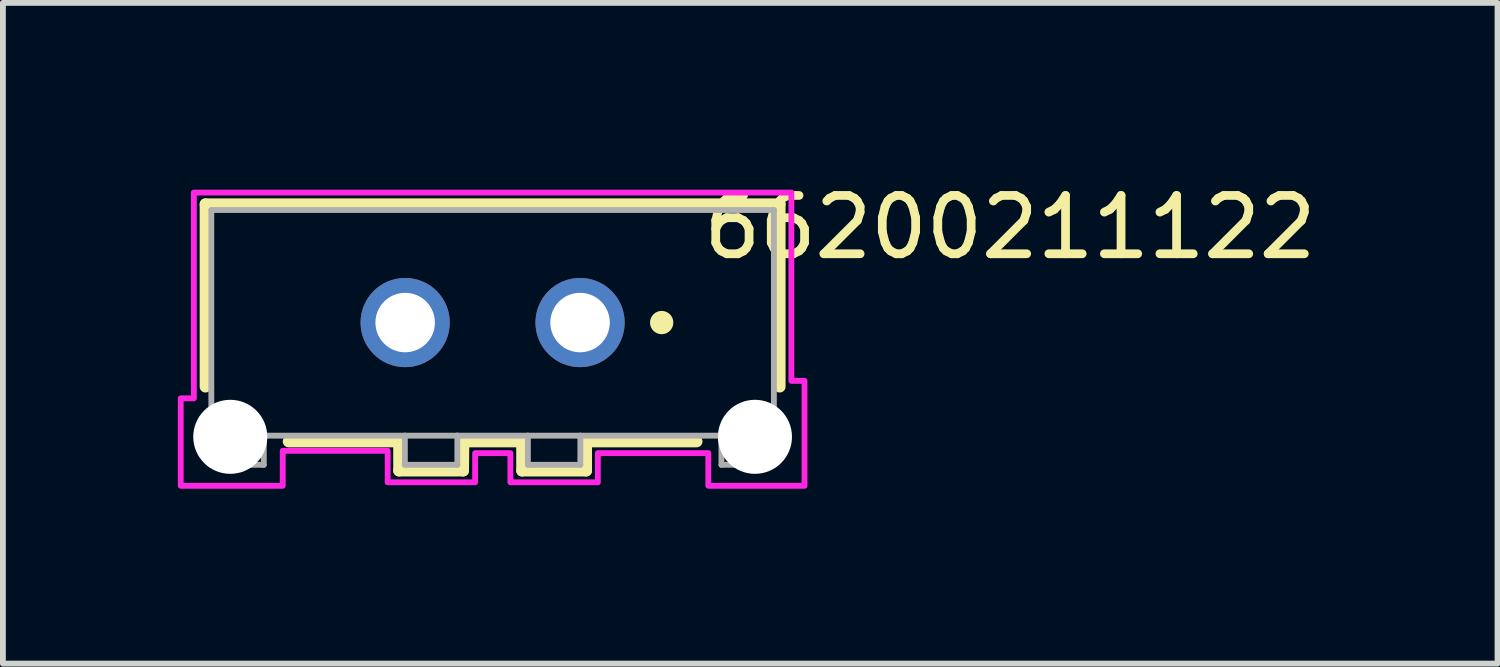
<source format=kicad_pcb>
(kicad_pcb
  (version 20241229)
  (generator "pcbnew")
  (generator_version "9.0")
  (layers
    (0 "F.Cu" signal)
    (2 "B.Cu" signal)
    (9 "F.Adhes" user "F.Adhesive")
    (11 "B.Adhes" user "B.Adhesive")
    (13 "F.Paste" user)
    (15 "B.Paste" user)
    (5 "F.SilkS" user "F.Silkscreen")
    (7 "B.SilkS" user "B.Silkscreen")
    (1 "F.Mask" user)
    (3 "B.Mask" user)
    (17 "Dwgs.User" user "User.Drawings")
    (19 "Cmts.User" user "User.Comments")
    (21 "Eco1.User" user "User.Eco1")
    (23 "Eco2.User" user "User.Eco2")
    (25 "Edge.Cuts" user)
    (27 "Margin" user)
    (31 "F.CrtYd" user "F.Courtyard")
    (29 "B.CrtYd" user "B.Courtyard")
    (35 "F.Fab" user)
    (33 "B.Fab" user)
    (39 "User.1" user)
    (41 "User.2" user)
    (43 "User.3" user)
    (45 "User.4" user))
  (footprint "66200211122"
    (layer "F.Cu")
    (at 5.4 2.483)
    (property "Reference" "66200211122" (at 8.875 -1.635 0) (layer "F.SilkS") (effects (font (size 1 1) (thickness 0.15))))
    (attr through_hole)
    (fp_line (start -4.925 -2.03) (end 4.925 -2.03) (stroke (width 0.2) (type solid)) (layer "F.SilkS"))
    (fp_line (start -4.925 1.1) (end -4.925 -2.03) (stroke (width 0.2) (type solid)) (layer "F.SilkS"))
    (fp_line (start -3.5 2.04) (end -1.605 2.04) (stroke (width 0.2) (type solid)) (layer "F.SilkS"))
    (fp_line (start -1.605 2.04) (end -1.605 2.54) (stroke (width 0.2) (type solid)) (layer "F.SilkS"))
    (fp_line (start -1.605 2.54) (end -0.505 2.54) (stroke (width 0.2) (type solid)) (layer "F.SilkS"))
    (fp_line (start -0.505 2.54) (end -0.5 2.04) (stroke (width 0.2) (type solid)) (layer "F.SilkS"))
    (fp_line (start -0.5 2.04) (end 0.505 2.04) (stroke (width 0.2) (type solid)) (layer "F.SilkS"))
    (fp_line (start 0.505 2.04) (end 0.505 2.54) (stroke (width 0.2) (type solid)) (layer "F.SilkS"))
    (fp_line (start 0.505 2.54) (end 1.605 2.54) (stroke (width 0.2) (type solid)) (layer "F.SilkS"))
    (fp_line (start 1.605 2.04) (end 3.5 2.04) (stroke (width 0.2) (type solid)) (layer "F.SilkS"))
    (fp_line (start 1.605 2.54) (end 1.605 2.04) (stroke (width 0.2) (type solid)) (layer "F.SilkS"))
    (fp_line (start 4.925 -2.03) (end 4.925 1.1) (stroke (width 0.2) (type solid)) (layer "F.SilkS"))
    (fp_circle (center 2.9 0) (end 3 0) (stroke (width 0.2) (type solid)) (fill no) (layer "F.SilkS"))
    (fp_poly (pts (xy -5.125 -2.23) (xy 5.125 -2.23) (xy 5.125 1) (xy 5.35 1) (xy 5.35 2.8) (xy 3.7 2.8) (xy 3.7 2.24) (xy 1.805 2.24) (xy 1.805 2.74) (xy 0.305 2.74) (xy 0.305 2.24) (xy -0.3 2.24) (xy -0.3 2.74) (xy -1.8 2.74) (xy -1.8 2.2) (xy -3.6 2.2) (xy -3.6 2.8) (xy -5.35 2.8) (xy -5.35 1.3) (xy -5.125 1.3)) (stroke (width 0.1) (type solid)) (fill no) (layer "F.CrtYd"))
    (fp_line (start -4.825 -1.93) (end 4.825 -1.93) (stroke (width 0.1) (type solid)) (layer "F.Fab"))
    (fp_line (start -4.825 1.94) (end -4.825 -1.93) (stroke (width 0.1) (type solid)) (layer "F.Fab"))
    (fp_line (start -4.825 1.95) (end -4.825 2.44) (stroke (width 0.1) (type solid)) (layer "F.Fab"))
    (fp_line (start -4.825 2.44) (end -3.925 2.44) (stroke (width 0.1) (type solid)) (layer "F.Fab"))
    (fp_line (start -4.82 1.95) (end -4.825 1.95) (stroke (width 0.1) (type solid)) (layer "F.Fab"))
    (fp_line (start -3.925 1.94) (end -4.825 1.94) (stroke (width 0.1) (type solid)) (layer "F.Fab"))
    (fp_line (start -3.925 2.44) (end -3.925 1.94) (stroke (width 0.1) (type solid)) (layer "F.Fab"))
    (fp_line (start -1.505 1.94) (end -3.925 1.94) (stroke (width 0.1) (type solid)) (layer "F.Fab"))
    (fp_line (start -1.505 1.94) (end -1.505 2.44) (stroke (width 0.1) (type solid)) (layer "F.Fab"))
    (fp_line (start -1.505 2.44) (end -0.605 2.44) (stroke (width 0.1) (type solid)) (layer "F.Fab"))
    (fp_line (start -0.605 1.94) (end -1.505 1.94) (stroke (width 0.1) (type solid)) (layer "F.Fab"))
    (fp_line (start -0.605 2.44) (end -0.605 1.94) (stroke (width 0.1) (type solid)) (layer "F.Fab"))
    (fp_line (start 0.605 1.94) (end -0.605 1.94) (stroke (width 0.1) (type solid)) (layer "F.Fab"))
    (fp_line (start 0.605 2.44) (end 0.605 1.94) (stroke (width 0.1) (type solid)) (layer "F.Fab"))
    (fp_line (start 1.505 1.94) (end 0.605 1.94) (stroke (width 0.1) (type solid)) (layer "F.Fab"))
    (fp_line (start 1.505 1.94) (end 1.505 2.44) (stroke (width 0.1) (type solid)) (layer "F.Fab"))
    (fp_line (start 1.505 2.44) (end 0.605 2.44) (stroke (width 0.1) (type solid)) (layer "F.Fab"))
    (fp_line (start 3.925 1.94) (end 1.505 1.94) (stroke (width 0.1) (type solid)) (layer "F.Fab"))
    (fp_line (start 3.925 2.44) (end 3.925 1.94) (stroke (width 0.1) (type solid)) (layer "F.Fab"))
    (fp_line (start 4.825 -1.93) (end 4.825 1.94) (stroke (width 0.1) (type solid)) (layer "F.Fab"))
    (fp_line (start 4.825 1.94) (end 3.925 1.94) (stroke (width 0.1) (type solid)) (layer "F.Fab"))
    (fp_line (start 4.825 2) (end 4.825 2.44) (stroke (width 0.1) (type solid)) (layer "F.Fab"))
    (fp_line (start 4.825 2.44) (end 3.925 2.44) (stroke (width 0.1) (type solid)) (layer "F.Fab"))
    (pad "" np_thru_hole circle (at -4.5 1.96) (size 1.27 1.27) (drill 1.27) (layers "*.Cu" "*.Mask"))
    (pad "" np_thru_hole circle (at 4.5 1.96) (size 1.27 1.27) (drill 1.27) (layers "*.Cu" "*.Mask"))
    (pad "1" thru_hole circle (at 1.5 0) (size 1.53 1.53) (drill 1.02) (layers "*.Cu" "*.Mask"))
    (pad "2" thru_hole circle (at -1.5 0) (size 1.53 1.53) (drill 1.02) (layers "*.Cu" "*.Mask")))
  (gr_rect
    (start -3 -3)
    (end 22.638 8.333)
    (stroke (width 0.1) (type default))
    (fill no)
    (layer "Edge.Cuts")))
</source>
